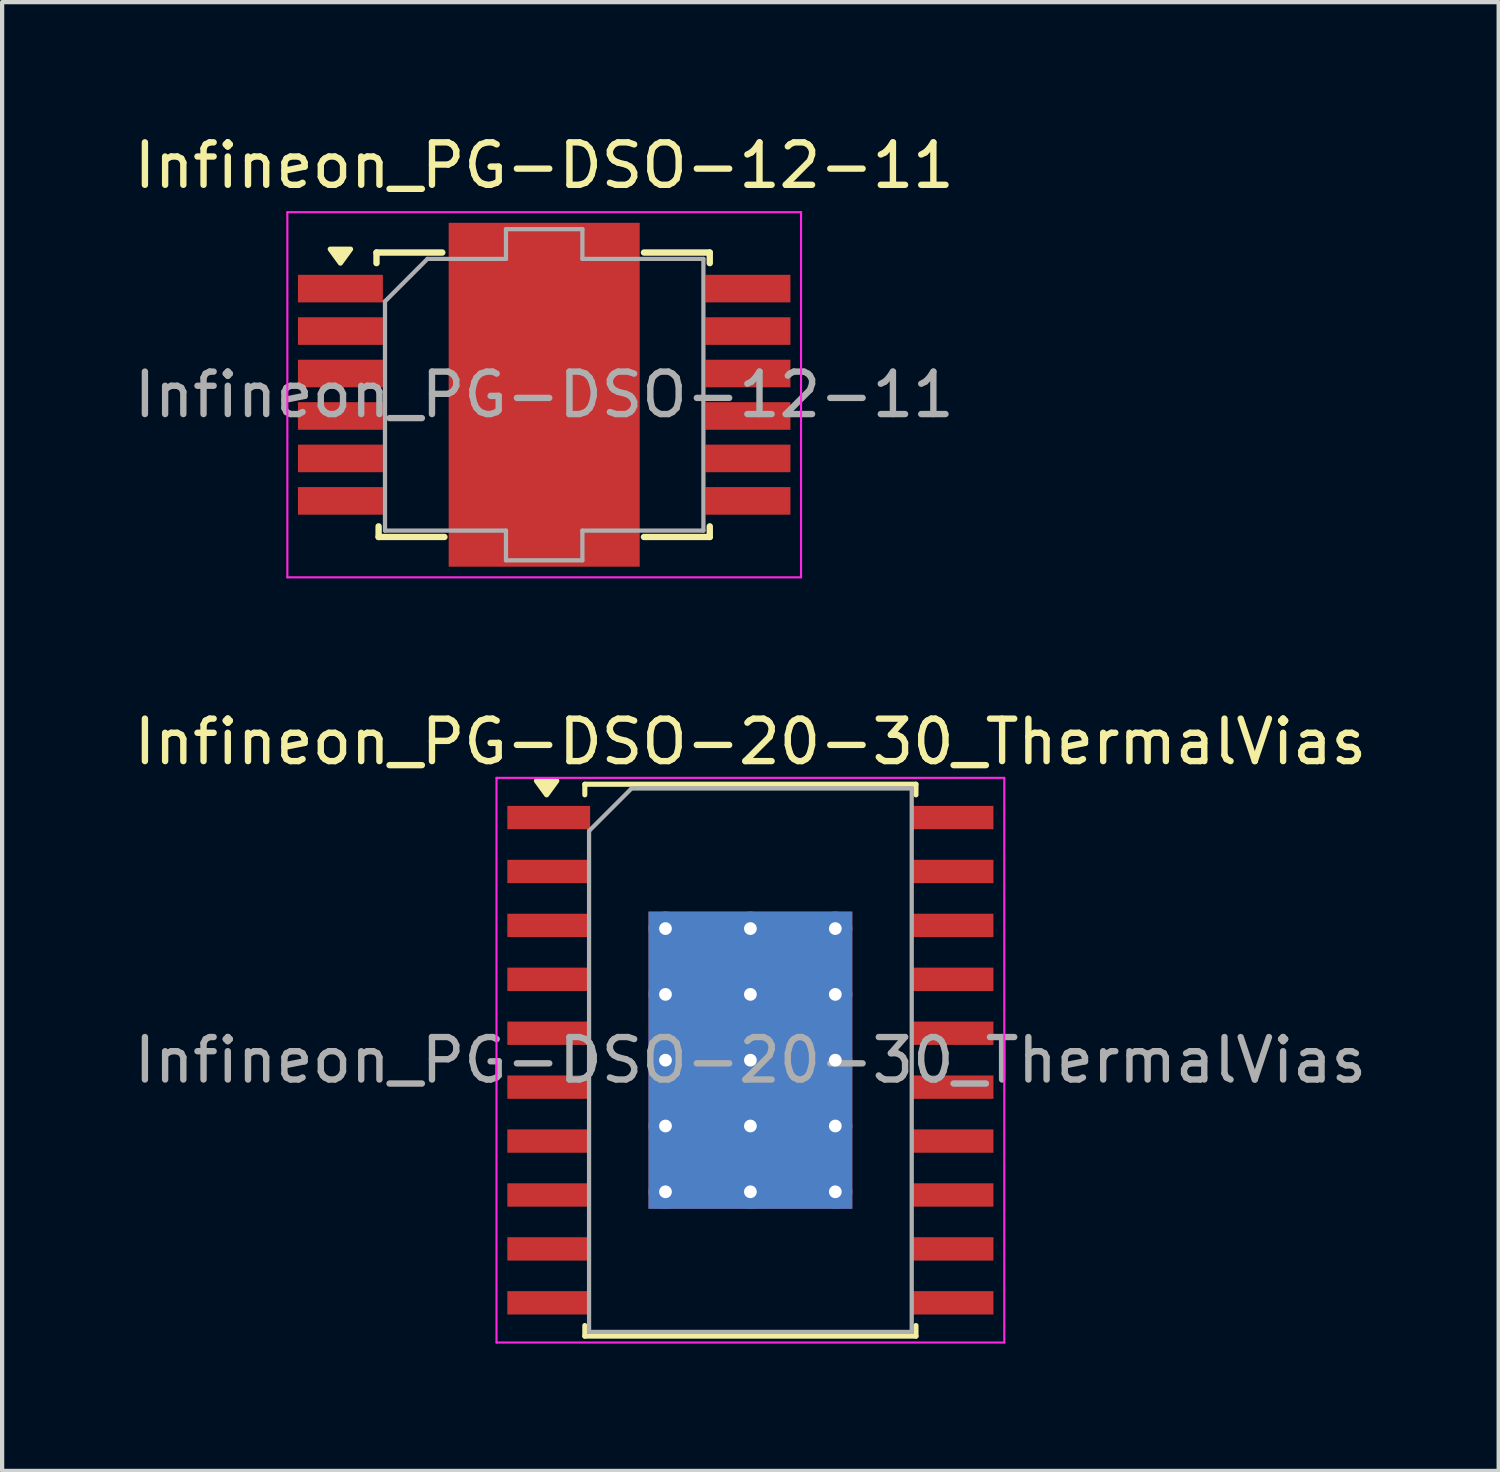
<source format=kicad_pcb>
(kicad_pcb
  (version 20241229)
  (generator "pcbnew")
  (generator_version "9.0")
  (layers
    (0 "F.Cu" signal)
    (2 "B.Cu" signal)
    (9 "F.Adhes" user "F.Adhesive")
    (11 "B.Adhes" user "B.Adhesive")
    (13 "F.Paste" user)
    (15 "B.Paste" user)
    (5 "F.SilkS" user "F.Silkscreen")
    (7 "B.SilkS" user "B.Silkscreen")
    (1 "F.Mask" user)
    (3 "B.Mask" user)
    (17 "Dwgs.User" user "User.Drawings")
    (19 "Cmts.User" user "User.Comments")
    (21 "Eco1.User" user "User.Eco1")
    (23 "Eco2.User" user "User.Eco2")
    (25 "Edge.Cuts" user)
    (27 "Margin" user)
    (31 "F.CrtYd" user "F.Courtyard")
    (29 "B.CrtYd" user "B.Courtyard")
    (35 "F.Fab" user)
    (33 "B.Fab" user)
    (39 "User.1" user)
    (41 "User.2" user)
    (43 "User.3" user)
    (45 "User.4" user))
  (footprint "Infineon_PG-DSO-20-30_ThermalVias"
    (layer "F.Cu")
    (at 14.625 21.922)
    (property "Reference" "Infineon_PG-DSO-20-30_ThermalVias" (at 0 -7.5 0) (layer "F.SilkS") (effects (font (size 1 1) (thickness 0.15))))
    (attr smd)
    (fp_line (start -3.9 -6.5) (end 3.9 -6.5) (stroke (width 0.12) (type solid)) (layer "F.SilkS"))
    (fp_line (start -3.9 -6.25) (end -3.9 -6.5) (stroke (width 0.12) (type solid)) (layer "F.SilkS"))
    (fp_line (start -3.9 6.5) (end -3.9 6.25) (stroke (width 0.12) (type solid)) (layer "F.SilkS"))
    (fp_line (start 3.9 -6.25) (end 3.9 -6.5) (stroke (width 0.12) (type solid)) (layer "F.SilkS"))
    (fp_line (start 3.9 6.5) (end -3.9 6.5) (stroke (width 0.12) (type solid)) (layer "F.SilkS"))
    (fp_line (start 3.9 6.5) (end 3.9 6.25) (stroke (width 0.12) (type solid)) (layer "F.SilkS"))
    (fp_poly (pts (xy -4.8 -6.25) (xy -5.04 -6.58) (xy -4.56 -6.58) (xy -4.8 -6.25)) (stroke (width 0.12) (type solid)) (fill yes) (layer "F.SilkS"))
    (fp_line (start -5.98 -6.65) (end 5.98 -6.65) (stroke (width 0.05) (type solid)) (layer "F.CrtYd"))
    (fp_line (start -5.98 6.65) (end -5.98 -6.65) (stroke (width 0.05) (type solid)) (layer "F.CrtYd"))
    (fp_line (start -5.98 6.65) (end 5.98 6.65) (stroke (width 0.05) (type solid)) (layer "F.CrtYd"))
    (fp_line (start 5.98 6.65) (end 5.98 -6.65) (stroke (width 0.05) (type solid)) (layer "F.CrtYd"))
    (fp_line (start -3.8 6.4) (end -3.8 -5.4) (stroke (width 0.1) (type solid)) (layer "F.Fab"))
    (fp_line (start -2.8 -6.4) (end -3.8 -5.4) (stroke (width 0.1) (type solid)) (layer "F.Fab"))
    (fp_line (start -2.8 -6.4) (end 3.8 -6.4) (stroke (width 0.1) (type solid)) (layer "F.Fab"))
    (fp_line (start 3.8 -6.4) (end 3.8 6.4) (stroke (width 0.1) (type solid)) (layer "F.Fab"))
    (fp_line (start 3.8 6.4) (end -3.8 6.4) (stroke (width 0.1) (type solid)) (layer "F.Fab"))
    (fp_text user "${REFERENCE}" (at 0 0 0) (layer "F.Fab") (effects (font (size 1 1) (thickness 0.15))))
    (pad "" smd rect (at -1 -2.325) (size 1.7 1.25) (layers "F.Paste"))
    (pad "" smd rect (at -1 -0.775) (size 1.7 1.25) (layers "F.Paste"))
    (pad "" smd rect (at -1 0.775) (size 1.7 1.25) (layers "F.Paste"))
    (pad "" smd rect (at -1 2.325) (size 1.7 1.25) (layers "F.Paste"))
    (pad "" smd rect (at 1 -2.325) (size 1.7 1.25) (layers "F.Paste"))
    (pad "" smd rect (at 1 -0.775) (size 1.7 1.25) (layers "F.Paste"))
    (pad "" smd rect (at 1 0.775) (size 1.7 1.25) (layers "F.Paste"))
    (pad "" smd rect (at 1 2.325) (size 1.7 1.25) (layers "F.Paste"))
    (pad "1" smd rect (at -4.75 -5.715 90) (size 0.55 1.95) (layers "F.Cu" "F.Mask" "F.Paste"))
    (pad "2" smd rect (at -4.75 -4.445 90) (size 0.55 1.95) (layers "F.Cu" "F.Mask" "F.Paste"))
    (pad "3" smd rect (at -4.75 -3.175 90) (size 0.55 1.95) (layers "F.Cu" "F.Mask" "F.Paste"))
    (pad "4" smd rect (at -4.75 -1.905 90) (size 0.55 1.95) (layers "F.Cu" "F.Mask" "F.Paste"))
    (pad "5" smd rect (at -4.75 -0.635 90) (size 0.55 1.95) (layers "F.Cu" "F.Mask" "F.Paste"))
    (pad "6" smd rect (at -4.75 0.635 90) (size 0.55 1.95) (layers "F.Cu" "F.Mask" "F.Paste"))
    (pad "7" smd rect (at -4.75 1.905 90) (size 0.55 1.95) (layers "F.Cu" "F.Mask" "F.Paste"))
    (pad "8" smd rect (at -4.75 3.175 90) (size 0.55 1.95) (layers "F.Cu" "F.Mask" "F.Paste"))
    (pad "9" smd rect (at -4.75 4.445 90) (size 0.55 1.95) (layers "F.Cu" "F.Mask" "F.Paste"))
    (pad "10" smd rect (at -4.75 5.715 90) (size 0.55 1.95) (layers "F.Cu" "F.Mask" "F.Paste"))
    (pad "11" smd rect (at 4.75 5.715 90) (size 0.55 1.95) (layers "F.Cu" "F.Mask" "F.Paste"))
    (pad "12" smd rect (at 4.75 4.445 90) (size 0.55 1.95) (layers "F.Cu" "F.Mask" "F.Paste"))
    (pad "13" smd rect (at 4.75 3.175 90) (size 0.55 1.95) (layers "F.Cu" "F.Mask" "F.Paste"))
    (pad "14" smd rect (at 4.75 1.905 90) (size 0.55 1.95) (layers "F.Cu" "F.Mask" "F.Paste"))
    (pad "15" smd rect (at 4.75 0.635 90) (size 0.55 1.95) (layers "F.Cu" "F.Mask" "F.Paste"))
    (pad "16" smd rect (at 4.75 -0.635 90) (size 0.55 1.95) (layers "F.Cu" "F.Mask" "F.Paste"))
    (pad "17" smd rect (at 4.75 -1.905 90) (size 0.55 1.95) (layers "F.Cu" "F.Mask" "F.Paste"))
    (pad "18" smd rect (at 4.75 -3.175 90) (size 0.55 1.95) (layers "F.Cu" "F.Mask" "F.Paste"))
    (pad "19" smd rect (at 4.75 -4.445 90) (size 0.55 1.95) (layers "F.Cu" "F.Mask" "F.Paste"))
    (pad "20" smd rect (at 4.75 -5.715 90) (size 0.55 1.95) (layers "F.Cu" "F.Mask" "F.Paste"))
    (pad "21" thru_hole circle (at -2 -3.1) (size 0.8 0.8) (drill 0.3) (layers "*.Cu"))
    (pad "21" thru_hole circle (at -2 -1.55) (size 0.8 0.8) (drill 0.3) (layers "*.Cu"))
    (pad "21" thru_hole circle (at -2 0) (size 0.8 0.8) (drill 0.3) (layers "*.Cu"))
    (pad "21" thru_hole circle (at -2 1.55) (size 0.8 0.8) (drill 0.3) (layers "*.Cu"))
    (pad "21" thru_hole circle (at -2 3.1) (size 0.8 0.8) (drill 0.3) (layers "*.Cu"))
    (pad "21" thru_hole circle (at 0 -3.1) (size 0.8 0.8) (drill 0.3) (layers "*.Cu"))
    (pad "21" thru_hole circle (at 0 -1.55) (size 0.8 0.8) (drill 0.3) (layers "*.Cu"))
    (pad "21" thru_hole circle (at 0 0) (size 0.8 0.8) (drill 0.3) (layers "*.Cu"))
    (pad "21" smd rect (at 0 0) (size 4.8 7) (layers "F.Cu" "F.Mask"))
    (pad "21" smd rect (at 0 0) (size 4.8 7) (layers "B.Cu"))
    (pad "21" thru_hole circle (at 0 1.55) (size 0.8 0.8) (drill 0.3) (layers "*.Cu"))
    (pad "21" thru_hole circle (at 0 3.1) (size 0.8 0.8) (drill 0.3) (layers "*.Cu"))
    (pad "21" thru_hole circle (at 2 -3.1) (size 0.8 0.8) (drill 0.3) (layers "*.Cu"))
    (pad "21" thru_hole circle (at 2 -1.55) (size 0.8 0.8) (drill 0.3) (layers "*.Cu"))
    (pad "21" thru_hole circle (at 2 0) (size 0.8 0.8) (drill 0.3) (layers "*.Cu"))
    (pad "21" thru_hole circle (at 2 1.55) (size 0.8 0.8) (drill 0.3) (layers "*.Cu"))
    (pad "21" thru_hole circle (at 2 3.1) (size 0.8 0.8) (drill 0.3) (layers "*.Cu")))
  (footprint "Infineon_PG-DSO-12-11"
    (layer "F.Cu")
    (at 9.768 6.248)
    (property "Reference" "Infineon_PG-DSO-12-11" (at 0 -5.4 0) (layer "F.SilkS") (effects (font (size 1 1) (thickness 0.15))))
    (attr smd)
    (fp_line (start -3.95 -3.35) (end -2.4 -3.35) (stroke (width 0.15) (type solid)) (layer "F.SilkS"))
    (fp_line (start -3.95 -3.1) (end -3.95 -3.35) (stroke (width 0.15) (type solid)) (layer "F.SilkS"))
    (fp_line (start -3.9 3.1) (end -3.9 3.35) (stroke (width 0.15) (type solid)) (layer "F.SilkS"))
    (fp_line (start -3.9 3.35) (end -2.35 3.35) (stroke (width 0.15) (type solid)) (layer "F.SilkS"))
    (fp_line (start 3.9 -3.35) (end 2.35 -3.35) (stroke (width 0.15) (type solid)) (layer "F.SilkS"))
    (fp_line (start 3.9 -3.1) (end 3.9 -3.35) (stroke (width 0.15) (type solid)) (layer "F.SilkS"))
    (fp_line (start 3.9 3.1) (end 3.9 3.35) (stroke (width 0.15) (type solid)) (layer "F.SilkS"))
    (fp_line (start 3.9 3.35) (end 2.35 3.35) (stroke (width 0.15) (type solid)) (layer "F.SilkS"))
    (fp_poly (pts (xy -4.8 -3.1) (xy -5.04 -3.43) (xy -4.56 -3.43) (xy -4.8 -3.1)) (stroke (width 0.12) (type solid)) (fill yes) (layer "F.SilkS"))
    (fp_line (start -6.05 -4.3) (end 6.05 -4.3) (stroke (width 0.05) (type solid)) (layer "F.CrtYd"))
    (fp_line (start -6.05 4.3) (end -6.05 -4.3) (stroke (width 0.05) (type solid)) (layer "F.CrtYd"))
    (fp_line (start 6.05 -4.3) (end 6.05 4.3) (stroke (width 0.05) (type solid)) (layer "F.CrtYd"))
    (fp_line (start 6.05 4.3) (end -6.05 4.3) (stroke (width 0.05) (type solid)) (layer "F.CrtYd"))
    (fp_line (start -3.75 3.2) (end -3.75 -2.2) (stroke (width 0.1) (type solid)) (layer "F.Fab"))
    (fp_line (start -2.75 -3.2) (end -3.75 -2.2) (stroke (width 0.1) (type solid)) (layer "F.Fab"))
    (fp_line (start -2.75 -3.2) (end -0.9 -3.2) (stroke (width 0.1) (type solid)) (layer "F.Fab"))
    (fp_line (start -0.9 -3.9) (end 0.9 -3.9) (stroke (width 0.1) (type solid)) (layer "F.Fab"))
    (fp_line (start -0.9 -3.2) (end -0.9 -3.9) (stroke (width 0.1) (type solid)) (layer "F.Fab"))
    (fp_line (start -0.9 3.2) (end -3.75 3.2) (stroke (width 0.1) (type solid)) (layer "F.Fab"))
    (fp_line (start -0.9 3.9) (end -0.9 3.2) (stroke (width 0.1) (type solid)) (layer "F.Fab"))
    (fp_line (start 0.9 -3.9) (end 0.9 -3.2) (stroke (width 0.1) (type solid)) (layer "F.Fab"))
    (fp_line (start 0.9 -3.2) (end 3.75 -3.2) (stroke (width 0.1) (type solid)) (layer "F.Fab"))
    (fp_line (start 0.9 3.2) (end 0.9 3.9) (stroke (width 0.1) (type solid)) (layer "F.Fab"))
    (fp_line (start 0.9 3.9) (end -0.9 3.9) (stroke (width 0.1) (type solid)) (layer "F.Fab"))
    (fp_line (start 3.75 -3.2) (end 3.75 3.2) (stroke (width 0.1) (type solid)) (layer "F.Fab"))
    (fp_line (start 3.75 3.2) (end 0.9 3.2) (stroke (width 0.1) (type solid)) (layer "F.Fab"))
    (fp_text user "${REFERENCE}" (at 0 0 0) (layer "F.Fab") (effects (font (size 1 1) (thickness 0.15))))
    (pad "" smd rect (at -1.125 -2.92) (size 1.95 1.16) (layers "F.Paste"))
    (pad "" smd rect (at -1.125 -1.46) (size 1.95 1.16) (layers "F.Paste"))
    (pad "" smd rect (at -1.125 0) (size 1.95 1.16) (layers "F.Paste"))
    (pad "" smd rect (at -1.125 1.46) (size 1.95 1.16) (layers "F.Paste"))
    (pad "" smd rect (at -1.125 2.92) (size 1.95 1.16) (layers "F.Paste"))
    (pad "" smd rect (at 1.125 -2.92) (size 1.95 1.16) (layers "F.Paste"))
    (pad "" smd rect (at 1.125 -1.46) (size 1.95 1.16) (layers "F.Paste"))
    (pad "" smd rect (at 1.125 0) (size 1.95 1.16) (layers "F.Paste"))
    (pad "" smd rect (at 1.125 1.46) (size 1.95 1.16) (layers "F.Paste"))
    (pad "" smd rect (at 1.125 2.92) (size 1.95 1.16) (layers "F.Paste"))
    (pad "1" smd rect (at -4.8 -2.5) (size 2 0.65) (layers "F.Cu" "F.Mask" "F.Paste"))
    (pad "2" smd rect (at -4.8 -1.5) (size 2 0.65) (layers "F.Cu" "F.Mask" "F.Paste"))
    (pad "3" smd rect (at -4.8 -0.5) (size 2 0.65) (layers "F.Cu" "F.Mask" "F.Paste"))
    (pad "4" smd rect (at -4.8 0.5) (size 2 0.65) (layers "F.Cu" "F.Mask" "F.Paste"))
    (pad "5" smd rect (at -4.8 1.5) (size 2 0.65) (layers "F.Cu" "F.Mask" "F.Paste"))
    (pad "6" smd rect (at -4.8 2.5) (size 2 0.65) (layers "F.Cu" "F.Mask" "F.Paste"))
    (pad "7" smd rect (at 4.8 2.5) (size 2 0.65) (layers "F.Cu" "F.Mask" "F.Paste"))
    (pad "8" smd rect (at 4.8 1.5) (size 2 0.65) (layers "F.Cu" "F.Mask" "F.Paste"))
    (pad "9" smd rect (at 4.8 0.5) (size 2 0.65) (layers "F.Cu" "F.Mask" "F.Paste"))
    (pad "10" smd rect (at 4.8 -0.5) (size 2 0.65) (layers "F.Cu" "F.Mask" "F.Paste"))
    (pad "11" smd rect (at 4.8 -1.5) (size 2 0.65) (layers "F.Cu" "F.Mask" "F.Paste"))
    (pad "12" smd rect (at 4.8 -2.5) (size 2 0.65) (layers "F.Cu" "F.Mask" "F.Paste"))
    (pad "13" smd rect (at 0 0) (size 4.5 8.1) (layers "F.Cu" "F.Mask")))
  (gr_rect
    (start -3 -3)
    (end 32.25 31.596)
    (stroke (width 0.1) (type default))
    (fill no)
    (layer "Edge.Cuts")))
</source>
